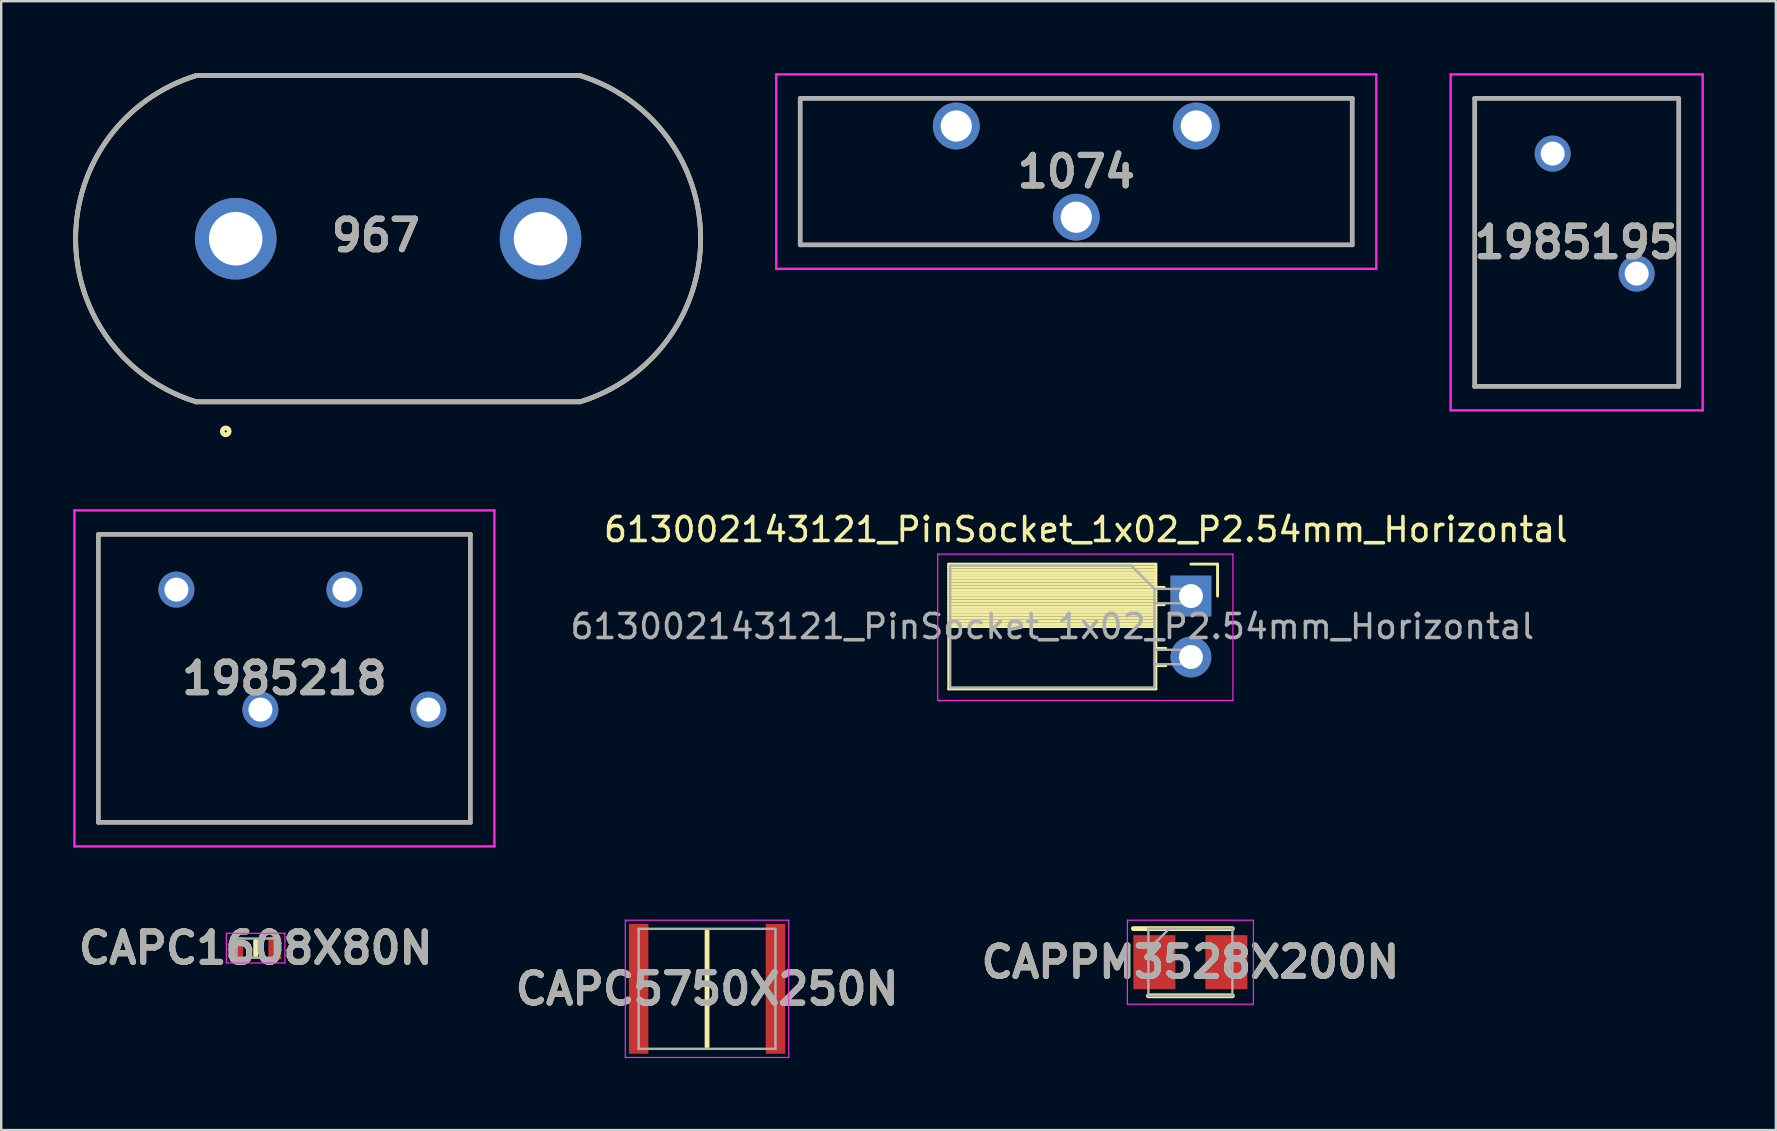
<source format=kicad_pcb>
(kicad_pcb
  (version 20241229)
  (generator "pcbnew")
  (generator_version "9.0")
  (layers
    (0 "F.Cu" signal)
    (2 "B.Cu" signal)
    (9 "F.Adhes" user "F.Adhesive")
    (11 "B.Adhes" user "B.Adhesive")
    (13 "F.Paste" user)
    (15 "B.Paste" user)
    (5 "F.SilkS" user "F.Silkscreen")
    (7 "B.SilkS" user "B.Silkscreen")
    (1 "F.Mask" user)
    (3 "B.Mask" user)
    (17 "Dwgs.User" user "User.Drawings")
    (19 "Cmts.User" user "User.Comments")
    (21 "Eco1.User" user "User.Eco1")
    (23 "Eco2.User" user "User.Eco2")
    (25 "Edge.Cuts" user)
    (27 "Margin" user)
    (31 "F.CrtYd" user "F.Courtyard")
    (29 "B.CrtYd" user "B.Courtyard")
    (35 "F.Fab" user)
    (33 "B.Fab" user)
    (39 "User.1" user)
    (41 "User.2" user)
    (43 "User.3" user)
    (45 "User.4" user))
  (footprint "1074"
    (layer "F.Cu")
    (at 36.794 2.2)
    (property "Reference" "1074" (at 5 1.9 0) (layer "F.SilkS") (effects (font (size 1.27 1.27) (thickness 0.254))))
    (attr through_hole)
    (fp_line (start -6.5 -1.15) (end 16.5 -1.15) (stroke (width 0.1) (type solid)) (layer "F.SilkS"))
    (fp_line (start -6.5 4.95) (end -6.5 -1.15) (stroke (width 0.1) (type solid)) (layer "F.SilkS"))
    (fp_line (start 16.5 -1.15) (end 16.5 4.95) (stroke (width 0.1) (type solid)) (layer "F.SilkS"))
    (fp_line (start 16.5 4.95) (end -6.5 4.95) (stroke (width 0.1) (type solid)) (layer "F.SilkS"))
    (fp_line (start -7.5 -2.15) (end 17.5 -2.15) (stroke (width 0.1) (type solid)) (layer "F.CrtYd"))
    (fp_line (start -7.5 5.95) (end -7.5 -2.15) (stroke (width 0.1) (type solid)) (layer "F.CrtYd"))
    (fp_line (start 17.5 -2.15) (end 17.5 5.95) (stroke (width 0.1) (type solid)) (layer "F.CrtYd"))
    (fp_line (start 17.5 5.95) (end -7.5 5.95) (stroke (width 0.1) (type solid)) (layer "F.CrtYd"))
    (fp_line (start -6.5 -1.15) (end 16.5 -1.15) (stroke (width 0.2) (type solid)) (layer "F.Fab"))
    (fp_line (start -6.5 4.95) (end -6.5 -1.15) (stroke (width 0.2) (type solid)) (layer "F.Fab"))
    (fp_line (start 16.5 -1.15) (end 16.5 4.95) (stroke (width 0.2) (type solid)) (layer "F.Fab"))
    (fp_line (start 16.5 4.95) (end -6.5 4.95) (stroke (width 0.2) (type solid)) (layer "F.Fab"))
    (fp_text user "${REFERENCE}" (at 5 1.9 0) (layer "F.Fab") (effects (font (size 1.27 1.27) (thickness 0.254))))
    (pad "1" thru_hole circle (at 0 0) (size 1.95 1.95) (drill 1.3) (layers "*.Cu" "*.Mask"))
    (pad "2" thru_hole circle (at 5 3.8) (size 1.95 1.95) (drill 1.3) (layers "*.Cu" "*.Mask"))
    (pad "3" thru_hole circle (at 10 0) (size 1.95 1.95) (drill 1.3) (layers "*.Cu" "*.Mask")))
  (footprint "1985218"
    (layer "F.Cu")
    (at 4.3 21.516)
    (property "Reference" "1985218" (at 4.5 3.7 0) (layer "F.SilkS") (effects (font (size 1.27 1.27) (thickness 0.254))))
    (attr through_hole)
    (fp_line (start -3.25 -2.3) (end -3.25 9.7) (stroke (width 0.1) (type solid)) (layer "F.SilkS"))
    (fp_line (start -3.25 9.7) (end 12.25 9.7) (stroke (width 0.1) (type solid)) (layer "F.SilkS"))
    (fp_line (start 12.25 -2.3) (end -3.25 -2.3) (stroke (width 0.1) (type solid)) (layer "F.SilkS"))
    (fp_line (start 12.25 9.7) (end 12.25 -2.3) (stroke (width 0.1) (type solid)) (layer "F.SilkS"))
    (fp_line (start -4.25 -3.3) (end 13.25 -3.3) (stroke (width 0.1) (type solid)) (layer "F.CrtYd"))
    (fp_line (start -4.25 10.7) (end -4.25 -3.3) (stroke (width 0.1) (type solid)) (layer "F.CrtYd"))
    (fp_line (start 13.25 -3.3) (end 13.25 10.7) (stroke (width 0.1) (type solid)) (layer "F.CrtYd"))
    (fp_line (start 13.25 10.7) (end -4.25 10.7) (stroke (width 0.1) (type solid)) (layer "F.CrtYd"))
    (fp_line (start -3.25 -2.3) (end -3.25 9.7) (stroke (width 0.2) (type solid)) (layer "F.Fab"))
    (fp_line (start -3.25 9.7) (end 12.25 9.7) (stroke (width 0.2) (type solid)) (layer "F.Fab"))
    (fp_line (start 12.25 -2.3) (end -3.25 -2.3) (stroke (width 0.2) (type solid)) (layer "F.Fab"))
    (fp_line (start 12.25 9.7) (end 12.25 -2.3) (stroke (width 0.2) (type solid)) (layer "F.Fab"))
    (fp_text user "${REFERENCE}" (at 4.5 3.7 0) (layer "F.Fab") (effects (font (size 1.27 1.27) (thickness 0.254))))
    (pad "1" thru_hole circle (at 0 0) (size 1.5 1.5) (drill 1) (layers "*.Cu" "*.Mask"))
    (pad "2" thru_hole circle (at 3.5 5) (size 1.5 1.5) (drill 1) (layers "*.Cu" "*.Mask"))
    (pad "3" thru_hole circle (at 7 0) (size 1.5 1.5) (drill 1) (layers "*.Cu" "*.Mask"))
    (pad "4" thru_hole circle (at 10.5 5) (size 1.5 1.5) (drill 1) (layers "*.Cu" "*.Mask")))
  (footprint "1985195"
    (layer "F.Cu")
    (at 58.394 3.35)
    (property "Reference" "1985195" (at 4.25 3.7 0) (layer "F.SilkS") (effects (font (size 1.27 1.27) (thickness 0.254))))
    (attr through_hole)
    (fp_line (start 0 -2.3) (end 0 -2.3) (stroke (width 0.1) (type solid)) (layer "F.SilkS"))
    (fp_line (start 0 -2.3) (end 8.5 -2.3) (stroke (width 0.1) (type solid)) (layer "F.SilkS"))
    (fp_line (start 0 9.7) (end 0 -2.3) (stroke (width 0.1) (type solid)) (layer "F.SilkS"))
    (fp_line (start 8.5 -2.3) (end 8.5 9.7) (stroke (width 0.1) (type solid)) (layer "F.SilkS"))
    (fp_line (start 8.5 9.7) (end 0 9.7) (stroke (width 0.1) (type solid)) (layer "F.SilkS"))
    (fp_line (start -1 -3.3) (end 9.5 -3.3) (stroke (width 0.1) (type solid)) (layer "F.CrtYd"))
    (fp_line (start -1 10.7) (end -1 -3.3) (stroke (width 0.1) (type solid)) (layer "F.CrtYd"))
    (fp_line (start 9.5 -3.3) (end 9.5 10.7) (stroke (width 0.1) (type solid)) (layer "F.CrtYd"))
    (fp_line (start 9.5 10.7) (end -1 10.7) (stroke (width 0.1) (type solid)) (layer "F.CrtYd"))
    (fp_line (start 0 -2.3) (end 8.5 -2.3) (stroke (width 0.2) (type solid)) (layer "F.Fab"))
    (fp_line (start 0 9.7) (end 0 -2.3) (stroke (width 0.2) (type solid)) (layer "F.Fab"))
    (fp_line (start 8.5 -2.3) (end 8.5 9.7) (stroke (width 0.2) (type solid)) (layer "F.Fab"))
    (fp_line (start 8.5 9.7) (end 0 9.7) (stroke (width 0.2) (type solid)) (layer "F.Fab"))
    (fp_text user "${REFERENCE}" (at 4.25 3.7 0) (layer "F.Fab") (effects (font (size 1.27 1.27) (thickness 0.254))))
    (pad "1" thru_hole circle (at 6.75 5) (size 1.5 1.5) (drill 1) (layers "*.Cu" "*.Mask"))
    (pad "2" thru_hole circle (at 3.25 0) (size 1.5 1.5) (drill 1) (layers "*.Cu" "*.Mask")))
  (footprint "CAPC1608X80N"
    (layer "F.Cu")
    (at 7.602 36.455)
    (property "Reference" "CAPC1608X80N" (at 0 0 0) (layer "F.SilkS") (effects (font (size 1.27 1.27) (thickness 0.254))))
    (attr smd)
    (fp_line (start 0 -0.3) (end 0 0.3) (stroke (width 0.2) (type solid)) (layer "F.SilkS"))
    (fp_line (start -1.22 -0.62) (end 1.22 -0.62) (stroke (width 0.05) (type solid)) (layer "F.CrtYd"))
    (fp_line (start -1.22 0.62) (end -1.22 -0.62) (stroke (width 0.05) (type solid)) (layer "F.CrtYd"))
    (fp_line (start 1.22 -0.62) (end 1.22 0.62) (stroke (width 0.05) (type solid)) (layer "F.CrtYd"))
    (fp_line (start 1.22 0.62) (end -1.22 0.62) (stroke (width 0.05) (type solid)) (layer "F.CrtYd"))
    (fp_line (start -0.8 -0.4) (end 0.8 -0.4) (stroke (width 0.1) (type solid)) (layer "F.Fab"))
    (fp_line (start -0.8 0.4) (end -0.8 -0.4) (stroke (width 0.1) (type solid)) (layer "F.Fab"))
    (fp_line (start 0.8 -0.4) (end 0.8 0.4) (stroke (width 0.1) (type solid)) (layer "F.Fab"))
    (fp_line (start 0.8 0.4) (end -0.8 0.4) (stroke (width 0.1) (type solid)) (layer "F.Fab"))
    (fp_text user "${REFERENCE}" (at 0 0 0) (layer "F.Fab") (effects (font (size 1.27 1.27) (thickness 0.254))))
    (pad "1" smd rect (at -0.8 0) (size 0.54 0.94) (layers "F.Cu" "F.Mask" "F.Paste"))
    (pad "2" smd rect (at 0.8 0) (size 0.54 0.94) (layers "F.Cu" "F.Mask" "F.Paste")))
  (footprint "613002143121_PinSocket_1x02_P2.54mm_Horizontal"
    (layer "F.Cu")
    (at 46.571 21.785)
    (property "Reference" "613002143121_PinSocket_1x02_P2.54mm_Horizontal" (at -4.38 -2.77 0) (layer "F.SilkS") (effects (font (size 1 1) (thickness 0.15))))
    (attr through_hole)
    (fp_line (start -10.09 -1.33) (end -10.09 3.87) (stroke (width 0.12) (type solid)) (layer "F.SilkS"))
    (fp_line (start -10.09 -1.33) (end -1.46 -1.33) (stroke (width 0.12) (type solid)) (layer "F.SilkS"))
    (fp_line (start -10.09 -1.21) (end -1.46 -1.21) (stroke (width 0.12) (type solid)) (layer "F.SilkS"))
    (fp_line (start -10.09 -1.092) (end -1.46 -1.092) (stroke (width 0.12) (type solid)) (layer "F.SilkS"))
    (fp_line (start -10.09 -0.974) (end -1.46 -0.974) (stroke (width 0.12) (type solid)) (layer "F.SilkS"))
    (fp_line (start -10.09 -0.856) (end -1.46 -0.856) (stroke (width 0.12) (type solid)) (layer "F.SilkS"))
    (fp_line (start -10.09 -0.738) (end -1.46 -0.738) (stroke (width 0.12) (type solid)) (layer "F.SilkS"))
    (fp_line (start -10.09 -0.62) (end -1.46 -0.62) (stroke (width 0.12) (type solid)) (layer "F.SilkS"))
    (fp_line (start -10.09 -0.501) (end -1.46 -0.501) (stroke (width 0.12) (type solid)) (layer "F.SilkS"))
    (fp_line (start -10.09 -0.383) (end -1.46 -0.383) (stroke (width 0.12) (type solid)) (layer "F.SilkS"))
    (fp_line (start -10.09 -0.265) (end -1.46 -0.265) (stroke (width 0.12) (type solid)) (layer "F.SilkS"))
    (fp_line (start -10.09 -0.147) (end -1.46 -0.147) (stroke (width 0.12) (type solid)) (layer "F.SilkS"))
    (fp_line (start -10.09 -0.029) (end -1.46 -0.029) (stroke (width 0.12) (type solid)) (layer "F.SilkS"))
    (fp_line (start -10.09 0.089) (end -1.46 0.089) (stroke (width 0.12) (type solid)) (layer "F.SilkS"))
    (fp_line (start -10.09 0.207) (end -1.46 0.207) (stroke (width 0.12) (type solid)) (layer "F.SilkS"))
    (fp_line (start -10.09 0.325) (end -1.46 0.325) (stroke (width 0.12) (type solid)) (layer "F.SilkS"))
    (fp_line (start -10.09 0.443) (end -1.46 0.443) (stroke (width 0.12) (type solid)) (layer "F.SilkS"))
    (fp_line (start -10.09 0.561) (end -1.46 0.561) (stroke (width 0.12) (type solid)) (layer "F.SilkS"))
    (fp_line (start -10.09 0.68) (end -1.46 0.68) (stroke (width 0.12) (type solid)) (layer "F.SilkS"))
    (fp_line (start -10.09 0.798) (end -1.46 0.798) (stroke (width 0.12) (type solid)) (layer "F.SilkS"))
    (fp_line (start -10.09 0.916) (end -1.46 0.916) (stroke (width 0.12) (type solid)) (layer "F.SilkS"))
    (fp_line (start -10.09 1.034) (end -1.46 1.034) (stroke (width 0.12) (type solid)) (layer "F.SilkS"))
    (fp_line (start -10.09 1.152) (end -1.46 1.152) (stroke (width 0.12) (type solid)) (layer "F.SilkS"))
    (fp_line (start -10.09 1.27) (end -1.46 1.27) (stroke (width 0.12) (type solid)) (layer "F.SilkS"))
    (fp_line (start -10.09 3.87) (end -1.46 3.87) (stroke (width 0.12) (type solid)) (layer "F.SilkS"))
    (fp_line (start -1.46 -1.33) (end -1.46 3.87) (stroke (width 0.12) (type solid)) (layer "F.SilkS"))
    (fp_line (start -1.46 -0.36) (end -1.11 -0.36) (stroke (width 0.12) (type solid)) (layer "F.SilkS"))
    (fp_line (start -1.46 0.36) (end -1.11 0.36) (stroke (width 0.12) (type solid)) (layer "F.SilkS"))
    (fp_line (start -1.46 2.18) (end -1.05 2.18) (stroke (width 0.12) (type solid)) (layer "F.SilkS"))
    (fp_line (start -1.46 2.9) (end -1.05 2.9) (stroke (width 0.12) (type solid)) (layer "F.SilkS"))
    (fp_line (start 0 -1.33) (end 1.11 -1.33) (stroke (width 0.12) (type solid)) (layer "F.SilkS"))
    (fp_line (start 1.11 -1.33) (end 1.11 0) (stroke (width 0.12) (type solid)) (layer "F.SilkS"))
    (fp_line (start -10.55 -1.75) (end -10.55 4.35) (stroke (width 0.05) (type solid)) (layer "F.CrtYd"))
    (fp_line (start -10.55 4.35) (end 1.75 4.35) (stroke (width 0.05) (type solid)) (layer "F.CrtYd"))
    (fp_line (start 1.75 -1.75) (end -10.55 -1.75) (stroke (width 0.05) (type solid)) (layer "F.CrtYd"))
    (fp_line (start 1.75 4.35) (end 1.75 -1.75) (stroke (width 0.05) (type solid)) (layer "F.CrtYd"))
    (fp_line (start -10.03 -1.27) (end -2.49 -1.27) (stroke (width 0.1) (type solid)) (layer "F.Fab"))
    (fp_line (start -10.03 3.81) (end -10.03 -1.27) (stroke (width 0.1) (type solid)) (layer "F.Fab"))
    (fp_line (start -2.49 -1.27) (end -1.52 -0.3) (stroke (width 0.1) (type solid)) (layer "F.Fab"))
    (fp_line (start -1.52 -0.3) (end -1.52 3.81) (stroke (width 0.1) (type solid)) (layer "F.Fab"))
    (fp_line (start -1.52 0.3) (end 0 0.3) (stroke (width 0.1) (type solid)) (layer "F.Fab"))
    (fp_line (start -1.52 2.84) (end 0 2.84) (stroke (width 0.1) (type solid)) (layer "F.Fab"))
    (fp_line (start -1.52 3.81) (end -10.03 3.81) (stroke (width 0.1) (type solid)) (layer "F.Fab"))
    (fp_line (start 0 -0.3) (end -1.52 -0.3) (stroke (width 0.1) (type solid)) (layer "F.Fab"))
    (fp_line (start 0 0.3) (end 0 -0.3) (stroke (width 0.1) (type solid)) (layer "F.Fab"))
    (fp_line (start 0 2.24) (end -1.52 2.24) (stroke (width 0.1) (type solid)) (layer "F.Fab"))
    (fp_line (start 0 2.84) (end 0 2.24) (stroke (width 0.1) (type solid)) (layer "F.Fab"))
    (fp_text user "${REFERENCE}" (at -5.775 1.27 0) (layer "F.Fab") (effects (font (size 1 1) (thickness 0.15))))
    (pad "1" thru_hole rect (at 0 0) (size 1.7 1.7) (drill 1) (layers "*.Cu" "*.Mask"))
    (pad "2" thru_hole oval (at 0 2.54) (size 1.7 1.7) (drill 1) (layers "*.Cu" "*.Mask")))
  (footprint "CAPC5750X250N"
    (layer "F.Cu")
    (at 26.41 38.151)
    (property "Reference" "CAPC5750X250N" (at 0 0 0) (layer "F.SilkS") (effects (font (size 1.27 1.27) (thickness 0.254))))
    (attr smd)
    (fp_line (start 0 -2.4) (end 0 2.4) (stroke (width 0.2) (type solid)) (layer "F.SilkS"))
    (fp_line (start -3.405 -2.86) (end 3.405 -2.86) (stroke (width 0.05) (type solid)) (layer "F.CrtYd"))
    (fp_line (start -3.405 2.86) (end -3.405 -2.86) (stroke (width 0.05) (type solid)) (layer "F.CrtYd"))
    (fp_line (start 3.405 -2.86) (end 3.405 2.86) (stroke (width 0.05) (type solid)) (layer "F.CrtYd"))
    (fp_line (start 3.405 2.86) (end -3.405 2.86) (stroke (width 0.05) (type solid)) (layer "F.CrtYd"))
    (fp_line (start -2.85 -2.5) (end 2.85 -2.5) (stroke (width 0.1) (type solid)) (layer "F.Fab"))
    (fp_line (start -2.85 2.5) (end -2.85 -2.5) (stroke (width 0.1) (type solid)) (layer "F.Fab"))
    (fp_line (start 2.85 -2.5) (end 2.85 2.5) (stroke (width 0.1) (type solid)) (layer "F.Fab"))
    (fp_line (start 2.85 2.5) (end -2.85 2.5) (stroke (width 0.1) (type solid)) (layer "F.Fab"))
    (fp_text user "${REFERENCE}" (at 0 0 0) (layer "F.Fab") (effects (font (size 1.27 1.27) (thickness 0.254))))
    (pad "1" smd rect (at -2.85 0) (size 0.81 5.41) (layers "F.Cu" "F.Mask" "F.Paste"))
    (pad "2" smd rect (at 2.85 0) (size 0.81 5.41) (layers "F.Cu" "F.Mask" "F.Paste")))
  (footprint "CAPPM3528X200N"
    (layer "F.Cu")
    (at 46.549 37.041)
    (property "Reference" "CAPPM3528X200N" (at 0 0 0) (layer "F.SilkS") (effects (font (size 1.27 1.27) (thickness 0.254))))
    (attr smd)
    (fp_line (start -1.75 1.4) (end 1.75 1.4) (stroke (width 0.2) (type solid)) (layer "F.SilkS"))
    (fp_line (start 1.75 -1.4) (end -2.375 -1.4) (stroke (width 0.2) (type solid)) (layer "F.SilkS"))
    (fp_line (start -2.625 -1.75) (end 2.625 -1.75) (stroke (width 0.05) (type solid)) (layer "F.CrtYd"))
    (fp_line (start -2.625 1.75) (end -2.625 -1.75) (stroke (width 0.05) (type solid)) (layer "F.CrtYd"))
    (fp_line (start 2.625 -1.75) (end 2.625 1.75) (stroke (width 0.05) (type solid)) (layer "F.CrtYd"))
    (fp_line (start 2.625 1.75) (end -2.625 1.75) (stroke (width 0.05) (type solid)) (layer "F.CrtYd"))
    (fp_line (start -1.75 -1.4) (end 1.75 -1.4) (stroke (width 0.1) (type solid)) (layer "F.Fab"))
    (fp_line (start -1.75 -0.525) (end -0.875 -1.4) (stroke (width 0.1) (type solid)) (layer "F.Fab"))
    (fp_line (start -1.75 1.4) (end -1.75 -1.4) (stroke (width 0.1) (type solid)) (layer "F.Fab"))
    (fp_line (start 1.75 -1.4) (end 1.75 1.4) (stroke (width 0.1) (type solid)) (layer "F.Fab"))
    (fp_line (start 1.75 1.4) (end -1.75 1.4) (stroke (width 0.1) (type solid)) (layer "F.Fab"))
    (fp_text user "${REFERENCE}" (at 0 0 0) (layer "F.Fab") (effects (font (size 1.27 1.27) (thickness 0.254))))
    (pad "1" smd rect (at -1.5 0) (size 1.75 2.25) (layers "F.Cu" "F.Mask" "F.Paste"))
    (pad "2" smd rect (at 1.5 0) (size 1.75 2.25) (layers "F.Cu" "F.Mask" "F.Paste")))
  (footprint "967"
    (layer "F.Cu")
    (at 13.122 6.896)
    (property "Reference" "967" (at -0.514 -0.137 0) (layer "F.SilkS") (effects (font (size 1.27 1.27) (thickness 0.254))))
    (attr through_hole)
    (fp_line (start -8 -6.795) (end 8 -6.795) (stroke (width 0.2) (type solid)) (layer "F.SilkS"))
    (fp_line (start -8 6.795) (end 8 6.795) (stroke (width 0.2) (type solid)) (layer "F.SilkS"))
    (fp_arc (start -7.996263 6.796146) (mid -13.022004 0.001954) (end -8 -6.795) (stroke (width 0.2) (type solid)) (layer "F.SilkS"))
    (fp_arc (start 7.996254 -6.796149) (mid 13.022 -0.001959) (end 8 6.795) (stroke (width 0.2) (type solid)) (layer "F.SilkS"))
    (fp_circle (center -6.766 8.027) (end -6.766 8.17) (stroke (width 0.2) (type solid)) (fill no) (layer "F.SilkS"))
    (fp_line (start -8 -6.795) (end 8 -6.795) (stroke (width 0.2) (type solid)) (layer "F.Fab"))
    (fp_line (start -8 6.795) (end 8 6.795) (stroke (width 0.2) (type solid)) (layer "F.Fab"))
    (fp_arc (start -7.994545 6.796673) (mid -13.021339 0.002853) (end -8 -6.795) (stroke (width 0.2) (type solid)) (layer "F.Fab"))
    (fp_arc (start 8 -6.795) (mid 13.021339 0.002853) (end 7.994545 6.796673) (stroke (width 0.2) (type solid)) (layer "F.Fab"))
    (fp_text user "${REFERENCE}" (at -0.514 -0.137 0) (layer "F.Fab") (effects (font (size 1.27 1.27) (thickness 0.254))))
    (pad "1" thru_hole circle (at -6.35 0) (size 3.4 3.4) (drill 2.23) (layers "*.Cu" "*.Mask"))
    (pad "2" thru_hole circle (at 6.35 0) (size 3.4 3.4) (drill 2.23) (layers "*.Cu" "*.Mask")))
  (gr_rect
    (start -3 -3)
    (end 70.944 44.036)
    (stroke (width 0.1) (type default))
    (fill no)
    (layer "Edge.Cuts")))
</source>
